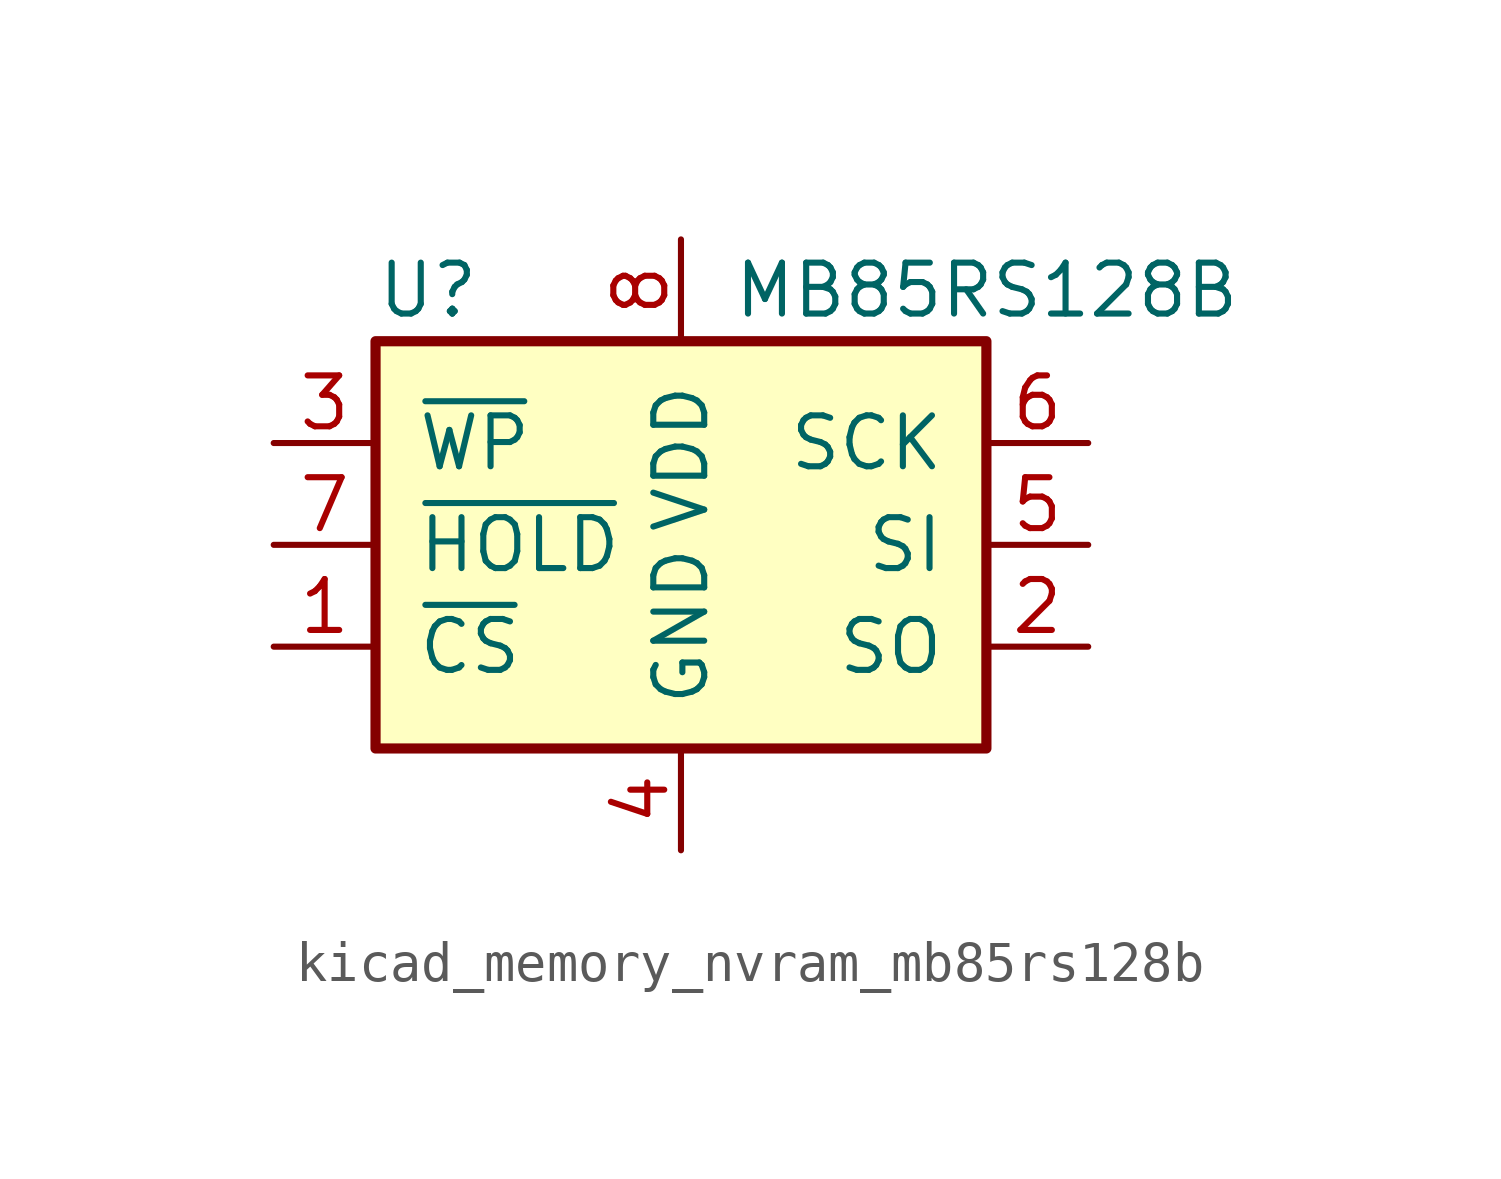
<source format=kicad_sym>
(kicad_symbol_lib
  (version 20220914)
  (generator kicad_symbol_editor)
  (symbol "kicad_memory_nvram_mb85rs128b"
    (pin_names
      (offset 1.016))
    (property "Reference" "U"
      (at -7.62 6.35 0)
      (effects (font (size 1.27 1.27)) (justify left)))
    (property "Value" "MB85RS128B"
      (at 1.27 6.35 0)
      (effects (font (size 1.27 1.27)) (justify left)))
    (symbol "kicad_memory_nvram_mb85rs128b_0_1"
      (rectangle (start -7.62 5.08) (end 7.62 -5.08) (stroke (width 0.254) (type default)) (fill (type background))))
    (symbol "kicad_memory_nvram_mb85rs128b_1_1"
      (pin input line (at -10.16 -2.54 0) (length 2.54) (name "~{CS}" (effects (font (size 1.27 1.27)))) (number "1" (effects (font (size 1.27 1.27)))))
      (pin output line (at 10.16 -2.54 180) (length 2.54) (name "SO" (effects (font (size 1.27 1.27)))) (number "2" (effects (font (size 1.27 1.27)))))
      (pin input line (at -10.16 2.54 0) (length 2.54) (name "~{WP}" (effects (font (size 1.27 1.27)))) (number "3" (effects (font (size 1.27 1.27)))))
      (pin power_in line (at 0 -7.62 90) (length 2.54) (name "GND" (effects (font (size 1.27 1.27)))) (number "4" (effects (font (size 1.27 1.27)))))
      (pin input line (at 10.16 0 180) (length 2.54) (name "SI" (effects (font (size 1.27 1.27)))) (number "5" (effects (font (size 1.27 1.27)))))
      (pin input line (at 10.16 2.54 180) (length 2.54) (name "SCK" (effects (font (size 1.27 1.27)))) (number "6" (effects (font (size 1.27 1.27)))))
      (pin input line (at -10.16 0 0) (length 2.54) (name "~{HOLD}" (effects (font (size 1.27 1.27)))) (number "7" (effects (font (size 1.27 1.27)))))
      (pin power_in line (at 0 7.62 270) (length 2.54) (name "VDD" (effects (font (size 1.27 1.27)))) (number "8" (effects (font (size 1.27 1.27))))))))
</source>
